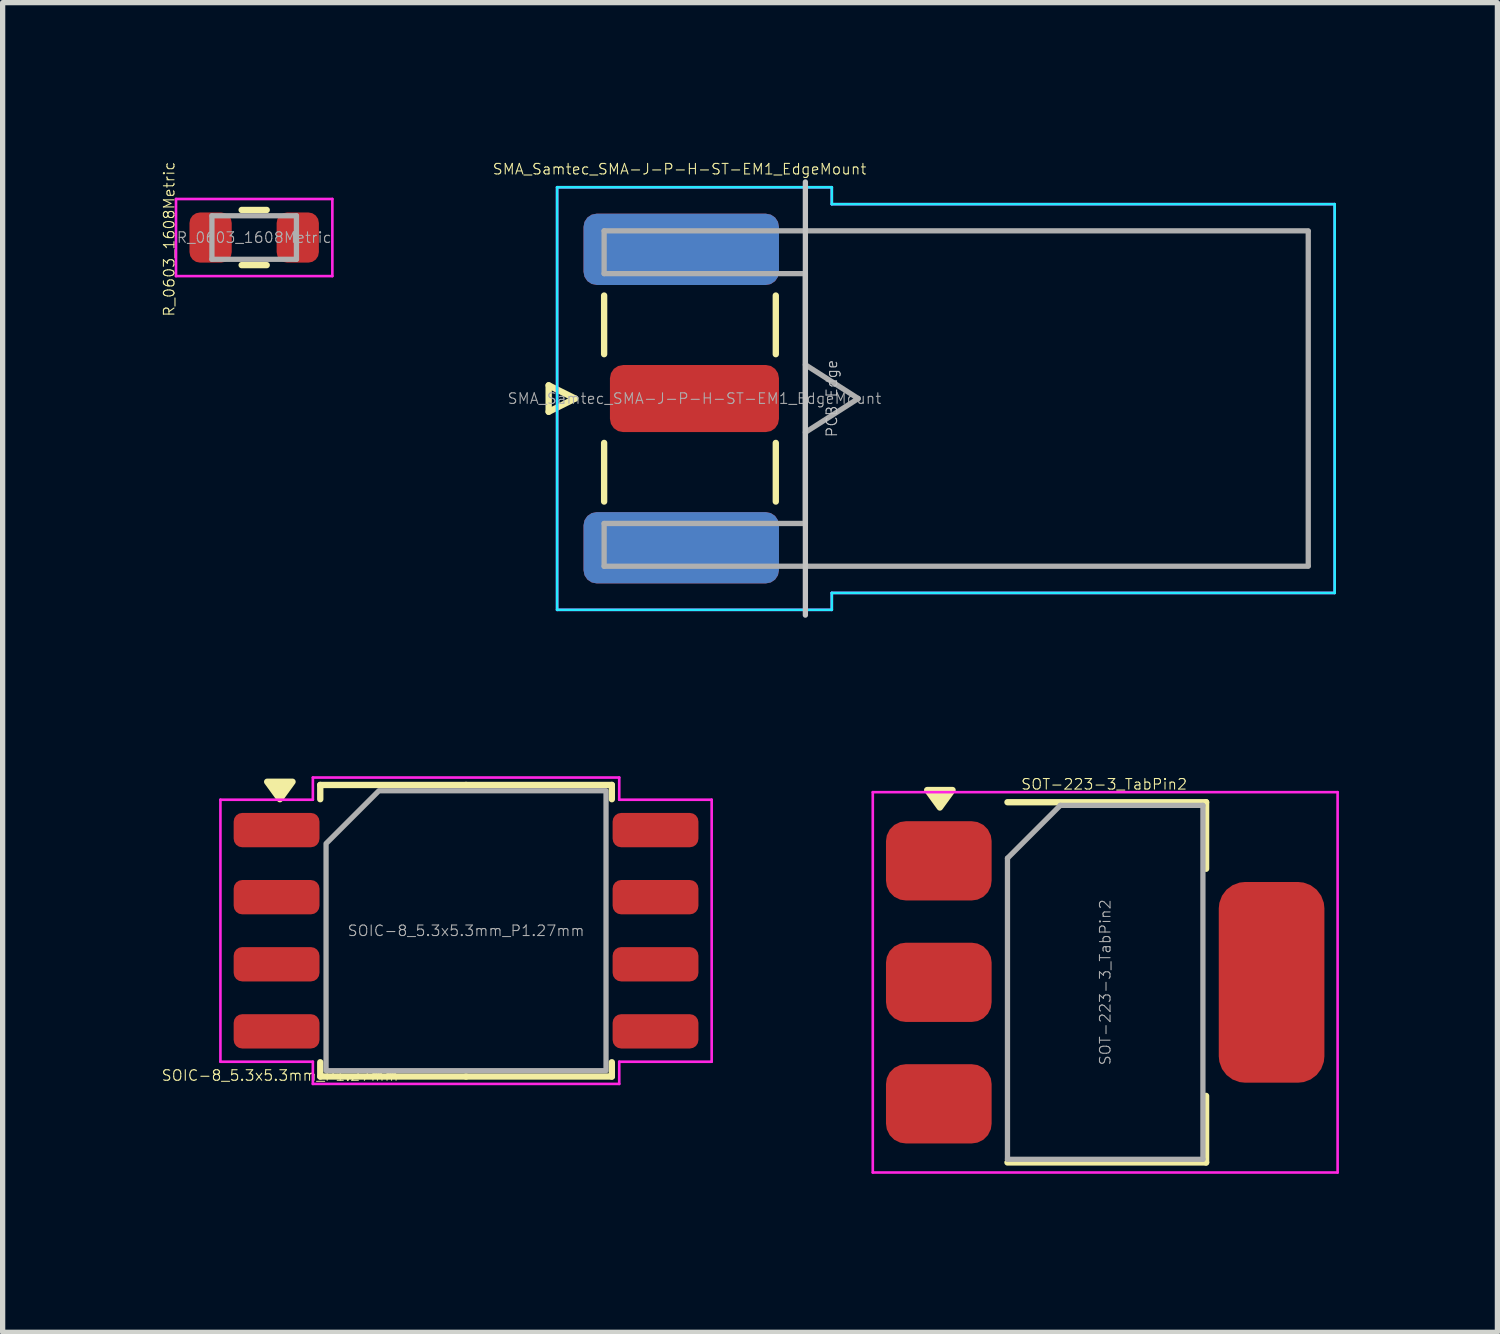
<source format=kicad_pcb>
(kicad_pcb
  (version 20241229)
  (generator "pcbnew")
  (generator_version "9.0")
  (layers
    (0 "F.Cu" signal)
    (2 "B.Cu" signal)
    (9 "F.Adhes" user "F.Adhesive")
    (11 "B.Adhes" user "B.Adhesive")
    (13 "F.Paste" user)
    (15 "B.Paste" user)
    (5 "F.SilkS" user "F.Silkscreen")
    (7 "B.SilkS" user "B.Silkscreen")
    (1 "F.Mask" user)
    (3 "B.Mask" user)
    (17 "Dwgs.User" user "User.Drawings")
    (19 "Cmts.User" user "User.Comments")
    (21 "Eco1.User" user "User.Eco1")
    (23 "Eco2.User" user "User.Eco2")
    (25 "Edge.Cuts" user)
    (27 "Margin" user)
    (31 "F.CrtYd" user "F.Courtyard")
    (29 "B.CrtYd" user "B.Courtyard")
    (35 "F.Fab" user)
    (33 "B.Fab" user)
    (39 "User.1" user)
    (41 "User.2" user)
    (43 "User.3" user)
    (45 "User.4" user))
  (footprint "SMA_Samtec_SMA-J-P-H-ST-EM1_EdgeMount"
    (layer "F.Cu")
    (at 10.097 4.495)
    (property "Reference" "SMA_Samtec_SMA-J-P-H-ST-EM1_EdgeMount" (at -0.282 -4.343 180) (layer "F.SilkS") (effects (font (size 0.2 0.2) (thickness 0.02))))
    (attr smd)
    (fp_line (start -2.76 -0.25) (end -2.76 0.25) (stroke (width 0.12) (type solid)) (layer "F.SilkS"))
    (fp_line (start -2.76 0.25) (end -2.26 0) (stroke (width 0.12) (type solid)) (layer "F.SilkS"))
    (fp_line (start -2.26 0) (end -2.76 -0.25) (stroke (width 0.12) (type solid)) (layer "F.SilkS"))
    (fp_line (start -1.71 -0.84) (end -1.71 -1.95) (stroke (width 0.12) (type solid)) (layer "F.SilkS"))
    (fp_line (start -1.71 1.95) (end -1.71 0.84) (stroke (width 0.12) (type solid)) (layer "F.SilkS"))
    (fp_line (start 1.54 -0.84) (end 1.54 -1.95) (stroke (width 0.12) (type solid)) (layer "F.SilkS"))
    (fp_line (start 1.54 1.95) (end 1.54 0.84) (stroke (width 0.12) (type solid)) (layer "F.SilkS"))
    (fp_line (start 2.1 -4.1) (end 2.1 4.1) (stroke (width 0.1) (type solid)) (layer "Dwgs.User"))
    (fp_line (start -2.6 4) (end -2.6 -4) (stroke (width 0.05) (type solid)) (layer "B.CrtYd"))
    (fp_line (start 2.6 -4) (end -2.6 -4) (stroke (width 0.05) (type solid)) (layer "B.CrtYd"))
    (fp_line (start 2.6 -4) (end 2.6 -3.68) (stroke (width 0.05) (type solid)) (layer "B.CrtYd"))
    (fp_line (start 2.6 -3.68) (end 12.12 -3.68) (stroke (width 0.05) (type solid)) (layer "B.CrtYd"))
    (fp_line (start 2.6 3.68) (end 2.6 4) (stroke (width 0.05) (type solid)) (layer "B.CrtYd"))
    (fp_line (start 2.6 4) (end -2.6 4) (stroke (width 0.05) (type solid)) (layer "B.CrtYd"))
    (fp_line (start 12.12 -3.68) (end 12.12 3.68) (stroke (width 0.05) (type solid)) (layer "B.CrtYd"))
    (fp_line (start 12.12 3.68) (end 2.6 3.68) (stroke (width 0.05) (type solid)) (layer "B.CrtYd"))
    (fp_line (start -2.6 4) (end -2.6 -4) (stroke (width 0.05) (type solid)) (layer "F.CrtYd"))
    (fp_line (start 2.6 -4) (end -2.6 -4) (stroke (width 0.05) (type solid)) (layer "F.CrtYd"))
    (fp_line (start 2.6 -3.68) (end 2.6 -4) (stroke (width 0.05) (type solid)) (layer "F.CrtYd"))
    (fp_line (start 2.6 -3.68) (end 12.12 -3.68) (stroke (width 0.05) (type solid)) (layer "F.CrtYd"))
    (fp_line (start 2.6 3.68) (end 2.6 4) (stroke (width 0.05) (type solid)) (layer "F.CrtYd"))
    (fp_line (start 2.6 4) (end -2.6 4) (stroke (width 0.05) (type solid)) (layer "F.CrtYd"))
    (fp_line (start 12.12 -3.68) (end 12.12 3.68) (stroke (width 0.05) (type solid)) (layer "F.CrtYd"))
    (fp_line (start 12.12 3.68) (end 2.6 3.68) (stroke (width 0.05) (type solid)) (layer "F.CrtYd"))
    (fp_line (start -1.71 -3.175) (end -1.71 -2.365) (stroke (width 0.1) (type solid)) (layer "F.Fab"))
    (fp_line (start -1.71 -3.175) (end 11.62 -3.175) (stroke (width 0.1) (type solid)) (layer "F.Fab"))
    (fp_line (start -1.71 -2.365) (end 2.1 -2.365) (stroke (width 0.1) (type solid)) (layer "F.Fab"))
    (fp_line (start -1.71 2.365) (end -1.71 3.175) (stroke (width 0.1) (type solid)) (layer "F.Fab"))
    (fp_line (start -1.71 3.175) (end 11.62 3.175) (stroke (width 0.1) (type solid)) (layer "F.Fab"))
    (fp_line (start 2.1 -2.365) (end 2.1 2.365) (stroke (width 0.1) (type solid)) (layer "F.Fab"))
    (fp_line (start 2.1 -0.64) (end 3.1 0) (stroke (width 0.1) (type solid)) (layer "F.Fab"))
    (fp_line (start 2.1 2.365) (end -1.71 2.365) (stroke (width 0.1) (type solid)) (layer "F.Fab"))
    (fp_line (start 3.1 0) (end 2.1 0.64) (stroke (width 0.1) (type solid)) (layer "F.Fab"))
    (fp_line (start 11.62 -3.165) (end 11.62 3.165) (stroke (width 0.1) (type solid)) (layer "F.Fab"))
    (fp_text user "PCB Edge" (at 2.6 0 90) (layer "Dwgs.User") (effects (font (size 0.2 0.2) (thickness 0.02))))
    (fp_text user "${REFERENCE}" (at 0 0 180) (layer "F.Fab") (effects (font (size 0.2 0.2) (thickness 0.02))))
    (pad "1" smd roundrect (at 0 0 90) (size 1.27 3.2) (layers "F.Cu" "F.Mask") (roundrect_rratio 0.197))
    (pad "2" smd roundrect (at -0.25 -2.825 90) (size 1.35 3.7) (layers "F.Cu" "F.Mask") (roundrect_rratio 0.185))
    (pad "2" smd roundrect (at -0.25 -2.825 90) (size 1.35 3.7) (layers "B.Cu" "B.Mask") (roundrect_rratio 0.185))
    (pad "2" smd roundrect (at -0.25 2.825 90) (size 1.35 3.7) (layers "F.Cu" "F.Mask") (roundrect_rratio 0.185))
    (pad "2" smd roundrect (at -0.25 2.825 90) (size 1.35 3.7) (layers "B.Cu" "B.Mask") (roundrect_rratio 0.185)))
  (footprint "SOIC-8_5.3x5.3mm_P1.27mm"
    (layer "F.Cu")
    (at 5.773 14.57)
    (property "Reference" "SOIC-8_5.3x5.3mm_P1.27mm" (at -3.52 2.74 180) (layer "F.SilkS") (effects (font (size 0.2 0.2) (thickness 0.02))))
    (attr smd)
    (fp_line (start -2.76 -2.76) (end -2.76 -2.49) (stroke (width 0.12) (type solid)) (layer "F.SilkS"))
    (fp_line (start -2.76 2.76) (end -2.76 2.49) (stroke (width 0.12) (type solid)) (layer "F.SilkS"))
    (fp_line (start 0 -2.76) (end -2.76 -2.76) (stroke (width 0.12) (type solid)) (layer "F.SilkS"))
    (fp_line (start 0 -2.76) (end 2.76 -2.76) (stroke (width 0.12) (type solid)) (layer "F.SilkS"))
    (fp_line (start 0 2.76) (end -2.76 2.76) (stroke (width 0.12) (type solid)) (layer "F.SilkS"))
    (fp_line (start 0 2.76) (end 2.76 2.76) (stroke (width 0.12) (type solid)) (layer "F.SilkS"))
    (fp_line (start 2.76 -2.76) (end 2.76 -2.49) (stroke (width 0.12) (type solid)) (layer "F.SilkS"))
    (fp_line (start 2.76 2.76) (end 2.76 2.49) (stroke (width 0.12) (type solid)) (layer "F.SilkS"))
    (fp_poly (pts (xy -3.525 -2.49) (xy -3.765 -2.82) (xy -3.285 -2.82)) (stroke (width 0.12) (type solid)) (fill yes) (layer "F.SilkS"))
    (fp_line (start -4.65 -2.48) (end -2.9 -2.48) (stroke (width 0.05) (type solid)) (layer "F.CrtYd"))
    (fp_line (start -4.65 2.48) (end -4.65 -2.48) (stroke (width 0.05) (type solid)) (layer "F.CrtYd"))
    (fp_line (start -2.9 -2.9) (end 2.9 -2.9) (stroke (width 0.05) (type solid)) (layer "F.CrtYd"))
    (fp_line (start -2.9 -2.48) (end -2.9 -2.9) (stroke (width 0.05) (type solid)) (layer "F.CrtYd"))
    (fp_line (start -2.9 2.48) (end -4.65 2.48) (stroke (width 0.05) (type solid)) (layer "F.CrtYd"))
    (fp_line (start -2.9 2.9) (end -2.9 2.48) (stroke (width 0.05) (type solid)) (layer "F.CrtYd"))
    (fp_line (start 2.9 -2.9) (end 2.9 -2.48) (stroke (width 0.05) (type solid)) (layer "F.CrtYd"))
    (fp_line (start 2.9 -2.48) (end 4.65 -2.48) (stroke (width 0.05) (type solid)) (layer "F.CrtYd"))
    (fp_line (start 2.9 2.48) (end 2.9 2.9) (stroke (width 0.05) (type solid)) (layer "F.CrtYd"))
    (fp_line (start 2.9 2.9) (end -2.9 2.9) (stroke (width 0.05) (type solid)) (layer "F.CrtYd"))
    (fp_line (start 4.65 -2.48) (end 4.65 2.48) (stroke (width 0.05) (type solid)) (layer "F.CrtYd"))
    (fp_line (start 4.65 2.48) (end 2.9 2.48) (stroke (width 0.05) (type solid)) (layer "F.CrtYd"))
    (fp_poly (pts (xy -2.65 -1.65) (xy -2.65 2.65) (xy 2.65 2.65) (xy 2.65 -2.65) (xy -1.65 -2.65)) (stroke (width 0.1) (type solid)) (fill no) (layer "F.Fab"))
    (fp_text user "${REFERENCE}" (at 0 0 180) (layer "F.Fab") (effects (font (size 0.2 0.2) (thickness 0.02))))
    (pad "1" smd roundrect (at -3.587 -1.905) (size 1.625 0.65) (layers "F.Cu" "F.Mask" "F.Paste") (roundrect_rratio 0.25))
    (pad "2" smd roundrect (at -3.587 -0.635) (size 1.625 0.65) (layers "F.Cu" "F.Mask" "F.Paste") (roundrect_rratio 0.25))
    (pad "3" smd roundrect (at -3.587 0.635) (size 1.625 0.65) (layers "F.Cu" "F.Mask" "F.Paste") (roundrect_rratio 0.25))
    (pad "4" smd roundrect (at -3.587 1.905) (size 1.625 0.65) (layers "F.Cu" "F.Mask" "F.Paste") (roundrect_rratio 0.25))
    (pad "5" smd roundrect (at 3.587 1.905) (size 1.625 0.65) (layers "F.Cu" "F.Mask" "F.Paste") (roundrect_rratio 0.25))
    (pad "6" smd roundrect (at 3.587 0.635) (size 1.625 0.65) (layers "F.Cu" "F.Mask" "F.Paste") (roundrect_rratio 0.25))
    (pad "7" smd roundrect (at 3.587 -0.635) (size 1.625 0.65) (layers "F.Cu" "F.Mask" "F.Paste") (roundrect_rratio 0.25))
    (pad "8" smd roundrect (at 3.587 -1.905) (size 1.625 0.65) (layers "F.Cu" "F.Mask" "F.Paste") (roundrect_rratio 0.25)))
  (footprint "R_0603_1608Metric"
    (layer "F.Cu")
    (at 1.762 1.447)
    (property "Reference" "R_0603_1608Metric" (at -1.61 0.03 90) (layer "F.SilkS") (effects (font (size 0.2 0.2) (thickness 0.02))))
    (attr smd)
    (fp_line (start -0.237 -0.522) (end 0.237 -0.522) (stroke (width 0.12) (type solid)) (layer "F.SilkS"))
    (fp_line (start -0.237 0.522) (end 0.237 0.522) (stroke (width 0.12) (type solid)) (layer "F.SilkS"))
    (fp_line (start -1.48 -0.73) (end 1.48 -0.73) (stroke (width 0.05) (type solid)) (layer "F.CrtYd"))
    (fp_line (start -1.48 0.73) (end -1.48 -0.73) (stroke (width 0.05) (type solid)) (layer "F.CrtYd"))
    (fp_line (start 1.48 -0.73) (end 1.48 0.73) (stroke (width 0.05) (type solid)) (layer "F.CrtYd"))
    (fp_line (start 1.48 0.73) (end -1.48 0.73) (stroke (width 0.05) (type solid)) (layer "F.CrtYd"))
    (fp_line (start -0.8 -0.412) (end 0.8 -0.412) (stroke (width 0.1) (type solid)) (layer "F.Fab"))
    (fp_line (start -0.8 0.412) (end -0.8 -0.412) (stroke (width 0.1) (type solid)) (layer "F.Fab"))
    (fp_line (start 0.8 -0.412) (end 0.8 0.412) (stroke (width 0.1) (type solid)) (layer "F.Fab"))
    (fp_line (start 0.8 0.412) (end -0.8 0.412) (stroke (width 0.1) (type solid)) (layer "F.Fab"))
    (fp_text user "${REFERENCE}" (at 0 0 0) (layer "F.Fab") (effects (font (size 0.2 0.2) (thickness 0.02))))
    (pad "1" smd roundrect (at -0.825 0) (size 0.8 0.95) (layers "F.Cu" "F.Mask" "F.Paste") (roundrect_rratio 0.25))
    (pad "2" smd roundrect (at 0.825 0) (size 0.8 0.95) (layers "F.Cu" "F.Mask" "F.Paste") (roundrect_rratio 0.25)))
  (footprint "SOT-223-3_TabPin2"
    (layer "F.Cu")
    (at 17.873 15.547)
    (property "Reference" "SOT-223-3_TabPin2" (at -0.02 -3.75 0) (layer "F.SilkS") (effects (font (size 0.2 0.2) (thickness 0.02))))
    (attr smd)
    (fp_line (start -1.85 -3.41) (end 1.91 -3.41) (stroke (width 0.12) (type solid)) (layer "F.SilkS"))
    (fp_line (start -1.85 3.41) (end 1.91 3.41) (stroke (width 0.12) (type solid)) (layer "F.SilkS"))
    (fp_line (start 1.91 -3.41) (end 1.91 -2.15) (stroke (width 0.12) (type solid)) (layer "F.SilkS"))
    (fp_line (start 1.91 3.41) (end 1.91 2.15) (stroke (width 0.12) (type solid)) (layer "F.SilkS"))
    (fp_poly (pts (xy -3.13 -3.31) (xy -3.37 -3.64) (xy -2.89 -3.64) (xy -3.13 -3.31)) (stroke (width 0.12) (type solid)) (fill yes) (layer "F.SilkS"))
    (fp_line (start -4.4 -3.6) (end -4.4 3.6) (stroke (width 0.05) (type solid)) (layer "F.CrtYd"))
    (fp_line (start -4.4 3.6) (end 4.4 3.6) (stroke (width 0.05) (type solid)) (layer "F.CrtYd"))
    (fp_line (start 4.4 -3.6) (end -4.4 -3.6) (stroke (width 0.05) (type solid)) (layer "F.CrtYd"))
    (fp_line (start 4.4 3.6) (end 4.4 -3.6) (stroke (width 0.05) (type solid)) (layer "F.CrtYd"))
    (fp_line (start -1.85 -2.35) (end -1.85 3.35) (stroke (width 0.1) (type solid)) (layer "F.Fab"))
    (fp_line (start -1.85 -2.35) (end -0.85 -3.35) (stroke (width 0.1) (type solid)) (layer "F.Fab"))
    (fp_line (start -1.85 3.35) (end 1.85 3.35) (stroke (width 0.1) (type solid)) (layer "F.Fab"))
    (fp_line (start -0.85 -3.35) (end 1.85 -3.35) (stroke (width 0.1) (type solid)) (layer "F.Fab"))
    (fp_line (start 1.85 -3.35) (end 1.85 3.35) (stroke (width 0.1) (type solid)) (layer "F.Fab"))
    (fp_text user "${REFERENCE}" (at 0 0 90) (layer "F.Fab") (effects (font (size 0.2 0.2) (thickness 0.02))))
    (pad "1" smd roundrect (at -3.15 -2.3) (size 2 1.5) (layers "F.Cu" "F.Mask" "F.Paste") (roundrect_rratio 0.25))
    (pad "2" smd roundrect (at -3.15 0) (size 2 1.5) (layers "F.Cu" "F.Mask" "F.Paste") (roundrect_rratio 0.25))
    (pad "2" smd roundrect (at 3.15 0) (size 2 3.8) (layers "F.Cu" "F.Mask" "F.Paste") (roundrect_rratio 0.25))
    (pad "3" smd roundrect (at -3.15 2.3) (size 2 1.5) (layers "F.Cu" "F.Mask" "F.Paste") (roundrect_rratio 0.25)))
  (gr_rect
    (start -3 -3)
    (end 25.298 22.172)
    (stroke (width 0.1) (type default))
    (fill no)
    (layer "Edge.Cuts")))
</source>
